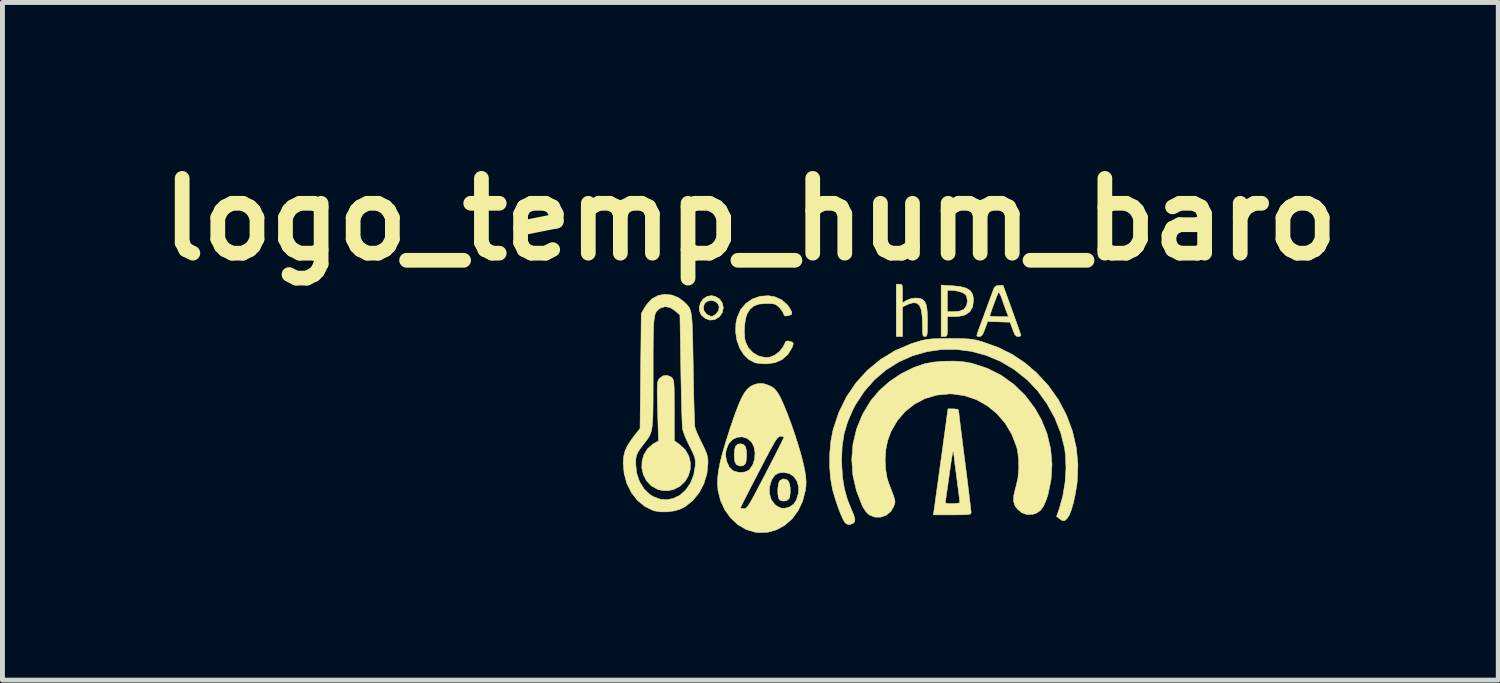
<source format=kicad_pcb>
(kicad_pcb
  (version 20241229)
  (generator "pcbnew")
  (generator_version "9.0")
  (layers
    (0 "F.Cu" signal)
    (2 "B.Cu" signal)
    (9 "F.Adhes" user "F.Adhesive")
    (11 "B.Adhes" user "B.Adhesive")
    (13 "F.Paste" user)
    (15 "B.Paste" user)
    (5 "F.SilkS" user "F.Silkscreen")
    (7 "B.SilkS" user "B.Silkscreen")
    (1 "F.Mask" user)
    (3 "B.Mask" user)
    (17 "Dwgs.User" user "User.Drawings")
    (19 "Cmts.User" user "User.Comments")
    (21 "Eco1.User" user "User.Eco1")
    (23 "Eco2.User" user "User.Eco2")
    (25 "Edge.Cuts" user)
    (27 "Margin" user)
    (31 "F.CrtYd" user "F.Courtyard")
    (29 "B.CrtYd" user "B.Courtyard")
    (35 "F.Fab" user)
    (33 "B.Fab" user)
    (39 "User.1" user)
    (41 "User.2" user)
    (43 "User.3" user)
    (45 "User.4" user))
  (footprint "logo_temp_hum_baro"
    (layer "F.Cu")
    (at 14.268 5.228)
    (property "Reference" "logo_temp_hum_baro" (at -2.032 -3.81 0) (layer "F.SilkS") (effects (font (size 1.524 1.524) (thickness 0.3))))
    (attr through_hole)
    (fp_poly (pts (xy -2.172 0.776) (xy -2.132 0.822) (xy -2.112 0.906) (xy -2.108 0.991) (xy -2.113 1.076) (xy -2.126 1.147) (xy -2.134 1.17) (xy -2.181 1.209) (xy -2.246 1.216) (xy -2.31 1.19) (xy -2.322 1.179) (xy -2.352 1.117) (xy -2.362 1.007) (xy -2.362 1) (xy -2.355 0.883) (xy -2.332 0.809) (xy -2.289 0.771) (xy -2.235 0.762) (xy -2.172 0.776)) (stroke (width 0.01) (type solid)) (fill yes) (layer "F.SilkS"))
    (fp_poly (pts (xy -1.299 1.489) (xy -1.261 1.52) (xy -1.235 1.576) (xy -1.221 1.662) (xy -1.22 1.757) (xy -1.231 1.843) (xy -1.245 1.881) (xy -1.29 1.918) (xy -1.357 1.93) (xy -1.421 1.915) (xy -1.443 1.9) (xy -1.463 1.853) (xy -1.473 1.774) (xy -1.473 1.681) (xy -1.463 1.594) (xy -1.444 1.53) (xy -1.433 1.513) (xy -1.368 1.477) (xy -1.299 1.489)) (stroke (width 0.01) (type solid)) (fill yes) (layer "F.SilkS"))
    (fp_poly (pts (xy -2.752 -2.242) (xy -2.662 -2.189) (xy -2.605 -2.108) (xy -2.584 -2.012) (xy -2.601 -1.915) (xy -2.659 -1.829) (xy -2.665 -1.823) (xy -2.76 -1.766) (xy -2.86 -1.758) (xy -2.952 -1.792) (xy -3.03 -1.857) (xy -3.068 -1.939) (xy -3.072 -2.02) (xy -2.989 -2.02) (xy -2.978 -1.948) (xy -2.93 -1.884) (xy -2.895 -1.861) (xy -2.84 -1.836) (xy -2.803 -1.835) (xy -2.759 -1.862) (xy -2.734 -1.881) (xy -2.68 -1.949) (xy -2.668 -2.024) (xy -2.694 -2.092) (xy -2.753 -2.141) (xy -2.835 -2.159) (xy -2.916 -2.139) (xy -2.968 -2.089) (xy -2.989 -2.02) (xy -3.072 -2.02) (xy -3.072 -2.028) (xy -3.046 -2.114) (xy -2.994 -2.187) (xy -2.92 -2.237) (xy -2.829 -2.256) (xy -2.752 -2.242)) (stroke (width 0.01) (type solid)) (fill yes) (layer "F.SilkS"))
    (fp_poly (pts (xy 2.078 -2.458) (xy 2.244 -2.441) (xy 2.365 -2.408) (xy 2.447 -2.357) (xy 2.495 -2.283) (xy 2.513 -2.184) (xy 2.513 -2.159) (xy 2.495 -2.027) (xy 2.439 -1.928) (xy 2.346 -1.864) (xy 2.214 -1.833) (xy 2.14 -1.829) (xy 1.981 -1.829) (xy 1.981 -1.626) (xy 1.981 -1.525) (xy 1.976 -1.464) (xy 1.965 -1.434) (xy 1.944 -1.424) (xy 1.918 -1.422) (xy 1.854 -1.422) (xy 1.854 -1.93) (xy 1.981 -1.93) (xy 2.117 -1.93) (xy 2.223 -1.939) (xy 2.298 -1.968) (xy 2.321 -1.983) (xy 2.372 -2.053) (xy 2.39 -2.144) (xy 2.372 -2.24) (xy 2.362 -2.261) (xy 2.316 -2.303) (xy 2.235 -2.336) (xy 2.133 -2.358) (xy 2.064 -2.362) (xy 1.981 -2.362) (xy 1.981 -1.93) (xy 1.854 -1.93) (xy 1.854 -2.471) (xy 2.078 -2.458)) (stroke (width 0.01) (type solid)) (fill yes) (layer "F.SilkS"))
    (fp_poly (pts (xy 1.036 -2.487) (xy 1.055 -2.473) (xy 1.064 -2.436) (xy 1.067 -2.365) (xy 1.067 -2.299) (xy 1.067 -2.109) (xy 1.149 -2.159) (xy 1.235 -2.194) (xy 1.333 -2.208) (xy 1.422 -2.2) (xy 1.475 -2.177) (xy 1.516 -2.138) (xy 1.544 -2.085) (xy 1.562 -2.011) (xy 1.571 -1.907) (xy 1.575 -1.762) (xy 1.575 -1.729) (xy 1.574 -1.6) (xy 1.572 -1.513) (xy 1.566 -1.46) (xy 1.556 -1.433) (xy 1.539 -1.424) (xy 1.524 -1.422) (xy 1.5 -1.426) (xy 1.485 -1.444) (xy 1.477 -1.485) (xy 1.474 -1.558) (xy 1.473 -1.658) (xy 1.467 -1.836) (xy 1.448 -1.968) (xy 1.412 -2.056) (xy 1.359 -2.103) (xy 1.286 -2.111) (xy 1.19 -2.084) (xy 1.153 -2.067) (xy 1.067 -2.026) (xy 1.067 -1.422) (xy 0.94 -1.422) (xy 0.94 -2.489) (xy 1.003 -2.489) (xy 1.036 -2.487)) (stroke (width 0.01) (type solid)) (fill yes) (layer "F.SilkS"))
    (fp_poly (pts (xy -3.651 -0.601) (xy -3.632 -0.584) (xy -3.616 -0.566) (xy -3.604 -0.542) (xy -3.595 -0.506) (xy -3.589 -0.452) (xy -3.585 -0.373) (xy -3.583 -0.263) (xy -3.582 -0.116) (xy -3.581 0.076) (xy -3.581 0.084) (xy -3.581 0.701) (xy -3.471 0.779) (xy -3.358 0.885) (xy -3.287 1.01) (xy -3.254 1.145) (xy -3.257 1.282) (xy -3.295 1.414) (xy -3.365 1.531) (xy -3.466 1.627) (xy -3.594 1.693) (xy -3.716 1.718) (xy -3.813 1.715) (xy -3.909 1.695) (xy -3.92 1.692) (xy -4.051 1.619) (xy -4.148 1.516) (xy -4.212 1.392) (xy -4.243 1.256) (xy -4.239 1.116) (xy -4.2 0.982) (xy -4.125 0.862) (xy -4.015 0.766) (xy -3.977 0.744) (xy -3.904 0.706) (xy -3.921 0.103) (xy -3.926 -0.088) (xy -3.929 -0.234) (xy -3.93 -0.343) (xy -3.928 -0.422) (xy -3.924 -0.476) (xy -3.916 -0.514) (xy -3.904 -0.54) (xy -3.888 -0.563) (xy -3.885 -0.568) (xy -3.814 -0.622) (xy -3.731 -0.633) (xy -3.651 -0.601)) (stroke (width 0.01) (type solid)) (fill yes) (layer "F.SilkS"))
    (fp_poly (pts (xy 3.298 -1.962) (xy 3.352 -1.811) (xy 3.4 -1.677) (xy 3.439 -1.567) (xy 3.466 -1.487) (xy 3.479 -1.445) (xy 3.48 -1.441) (xy 3.458 -1.427) (xy 3.421 -1.422) (xy 3.385 -1.431) (xy 3.355 -1.463) (xy 3.325 -1.53) (xy 3.311 -1.568) (xy 3.258 -1.714) (xy 2.801 -1.729) (xy 2.746 -1.576) (xy 2.712 -1.49) (xy 2.683 -1.444) (xy 2.652 -1.425) (xy 2.629 -1.422) (xy 2.591 -1.425) (xy 2.58 -1.443) (xy 2.592 -1.489) (xy 2.602 -1.518) (xy 2.626 -1.584) (xy 2.662 -1.682) (xy 2.706 -1.801) (xy 2.72 -1.839) (xy 2.845 -1.839) (xy 2.868 -1.834) (xy 2.93 -1.831) (xy 3.017 -1.829) (xy 3.035 -1.829) (xy 3.225 -1.829) (xy 3.178 -1.949) (xy 3.141 -2.049) (xy 3.102 -2.16) (xy 3.087 -2.206) (xy 3.06 -2.275) (xy 3.035 -2.316) (xy 3.022 -2.32) (xy 3.007 -2.291) (xy 2.981 -2.226) (xy 2.948 -2.14) (xy 2.913 -2.045) (xy 2.881 -1.956) (xy 2.857 -1.884) (xy 2.845 -1.843) (xy 2.845 -1.839) (xy 2.72 -1.839) (xy 2.754 -1.932) (xy 2.803 -2.065) (xy 2.849 -2.189) (xy 2.888 -2.296) (xy 2.918 -2.376) (xy 2.934 -2.418) (xy 2.934 -2.419) (xy 2.975 -2.455) (xy 3.034 -2.464) (xy 3.116 -2.464) (xy 3.298 -1.962)) (stroke (width 0.01) (type solid)) (fill yes) (layer "F.SilkS"))
    (fp_poly (pts (xy -1.537 -2.233) (xy -1.396 -2.17) (xy -1.281 -2.072) (xy -1.219 -1.981) (xy -1.189 -1.915) (xy -1.189 -1.879) (xy -1.227 -1.858) (xy -1.274 -1.845) (xy -1.325 -1.841) (xy -1.35 -1.869) (xy -1.355 -1.887) (xy -1.383 -1.941) (xy -1.432 -2.004) (xy -1.449 -2.02) (xy -1.495 -2.06) (xy -1.539 -2.083) (xy -1.599 -2.093) (xy -1.691 -2.095) (xy -1.71 -2.095) (xy -1.854 -2.084) (xy -1.961 -2.046) (xy -2.042 -1.977) (xy -2.098 -1.886) (xy -2.13 -1.788) (xy -2.149 -1.659) (xy -2.155 -1.519) (xy -2.147 -1.389) (xy -2.134 -1.322) (xy -2.076 -1.197) (xy -1.984 -1.097) (xy -1.867 -1.027) (xy -1.736 -0.996) (xy -1.64 -1.001) (xy -1.538 -1.042) (xy -1.441 -1.116) (xy -1.366 -1.209) (xy -1.342 -1.258) (xy -1.316 -1.315) (xy -1.286 -1.334) (xy -1.246 -1.329) (xy -1.182 -1.31) (xy -1.158 -1.284) (xy -1.168 -1.236) (xy -1.183 -1.199) (xy -1.267 -1.058) (xy -1.385 -0.954) (xy -1.532 -0.889) (xy -1.703 -0.866) (xy -1.714 -0.866) (xy -1.811 -0.871) (xy -1.897 -0.881) (xy -1.938 -0.889) (xy -2.062 -0.952) (xy -2.167 -1.054) (xy -2.25 -1.187) (xy -2.306 -1.343) (xy -2.333 -1.513) (xy -2.327 -1.689) (xy -2.301 -1.812) (xy -2.231 -1.969) (xy -2.125 -2.096) (xy -1.99 -2.188) (xy -1.835 -2.243) (xy -1.666 -2.254) (xy -1.537 -2.233)) (stroke (width 0.01) (type solid)) (fill yes) (layer "F.SilkS"))
    (fp_poly (pts (xy 2.176 0.057) (xy 2.208 0.077) (xy 2.21 0.087) (xy 2.213 0.119) (xy 2.222 0.196) (xy 2.236 0.313) (xy 2.254 0.462) (xy 2.277 0.64) (xy 2.302 0.84) (xy 2.329 1.056) (xy 2.337 1.115) (xy 2.365 1.336) (xy 2.391 1.542) (xy 2.414 1.728) (xy 2.433 1.888) (xy 2.449 2.016) (xy 2.459 2.107) (xy 2.464 2.154) (xy 2.464 2.159) (xy 2.461 2.178) (xy 2.449 2.192) (xy 2.42 2.201) (xy 2.365 2.206) (xy 2.278 2.209) (xy 2.151 2.21) (xy 2.079 2.21) (xy 1.695 2.21) (xy 1.708 2.127) (xy 1.714 2.084) (xy 1.726 1.997) (xy 1.733 1.95) (xy 1.939 1.95) (xy 1.95 1.971) (xy 1.986 1.979) (xy 2.06 1.981) (xy 2.083 1.981) (xy 2.164 1.978) (xy 2.219 1.969) (xy 2.235 1.96) (xy 2.232 1.929) (xy 2.223 1.856) (xy 2.21 1.749) (xy 2.192 1.616) (xy 2.173 1.466) (xy 2.172 1.458) (xy 2.152 1.306) (xy 2.134 1.17) (xy 2.121 1.058) (xy 2.112 0.979) (xy 2.108 0.942) (xy 2.108 0.942) (xy 2.101 0.917) (xy 2.095 0.919) (xy 2.088 0.947) (xy 2.075 1.018) (xy 2.058 1.122) (xy 2.039 1.252) (xy 2.02 1.387) (xy 1.999 1.538) (xy 1.979 1.676) (xy 1.963 1.791) (xy 1.951 1.874) (xy 1.945 1.911) (xy 1.939 1.95) (xy 1.733 1.95) (xy 1.743 1.871) (xy 1.765 1.713) (xy 1.791 1.528) (xy 1.819 1.323) (xy 1.849 1.103) (xy 1.857 1.048) (xy 1.993 0.051) (xy 2.102 0.051) (xy 2.176 0.057)) (stroke (width 0.01) (type solid)) (fill yes) (layer "F.SilkS"))
    (fp_poly (pts (xy 2.312 -0.908) (xy 2.473 -0.88) (xy 2.788 -0.778) (xy 3.077 -0.633) (xy 3.337 -0.446) (xy 3.568 -0.22) (xy 3.767 0.045) (xy 3.895 0.271) (xy 4.012 0.56) (xy 4.084 0.866) (xy 4.112 1.18) (xy 4.093 1.495) (xy 4.029 1.802) (xy 4 1.892) (xy 3.942 2.029) (xy 3.874 2.122) (xy 3.791 2.178) (xy 3.721 2.199) (xy 3.602 2.204) (xy 3.5 2.167) (xy 3.412 2.097) (xy 3.356 2.021) (xy 3.329 1.933) (xy 3.332 1.822) (xy 3.364 1.681) (xy 3.381 1.626) (xy 3.418 1.461) (xy 3.435 1.27) (xy 3.432 1.075) (xy 3.409 0.896) (xy 3.392 0.827) (xy 3.294 0.572) (xy 3.159 0.345) (xy 2.99 0.149) (xy 2.794 -0.012) (xy 2.574 -0.136) (xy 2.334 -0.217) (xy 2.081 -0.253) (xy 2.019 -0.254) (xy 1.766 -0.23) (xy 1.529 -0.16) (xy 1.312 -0.047) (xy 1.121 0.104) (xy 0.961 0.291) (xy 0.834 0.51) (xy 0.764 0.698) (xy 0.727 0.878) (xy 0.713 1.076) (xy 0.722 1.276) (xy 0.753 1.459) (xy 0.781 1.549) (xy 0.835 1.69) (xy 0.874 1.792) (xy 0.898 1.864) (xy 0.911 1.913) (xy 0.914 1.949) (xy 0.908 1.98) (xy 0.896 2.015) (xy 0.889 2.037) (xy 0.827 2.144) (xy 0.734 2.218) (xy 0.623 2.257) (xy 0.503 2.256) (xy 0.392 2.213) (xy 0.327 2.152) (xy 0.264 2.057) (xy 0.247 2.024) (xy 0.127 1.714) (xy 0.055 1.399) (xy 0.033 1.082) (xy 0.058 0.768) (xy 0.131 0.461) (xy 0.251 0.166) (xy 0.419 -0.114) (xy 0.422 -0.118) (xy 0.595 -0.323) (xy 0.806 -0.509) (xy 1.045 -0.668) (xy 1.3 -0.794) (xy 1.515 -0.867) (xy 1.692 -0.901) (xy 1.897 -0.919) (xy 2.11 -0.922) (xy 2.312 -0.908)) (stroke (width 0.01) (type solid)) (fill yes) (layer "F.SilkS"))
    (fp_poly (pts (xy 2.045 -1.383) (xy 2.209 -1.382) (xy 2.333 -1.378) (xy 2.43 -1.372) (xy 2.512 -1.361) (xy 2.589 -1.345) (xy 2.674 -1.321) (xy 2.705 -1.312) (xy 3.022 -1.198) (xy 3.304 -1.058) (xy 3.564 -0.883) (xy 3.791 -0.69) (xy 4.035 -0.427) (xy 4.241 -0.137) (xy 4.406 0.176) (xy 4.529 0.506) (xy 4.608 0.847) (xy 4.64 1.195) (xy 4.625 1.543) (xy 4.617 1.604) (xy 4.584 1.799) (xy 4.546 1.972) (xy 4.503 2.117) (xy 4.459 2.225) (xy 4.418 2.287) (xy 4.369 2.328) (xy 4.327 2.33) (xy 4.272 2.295) (xy 4.264 2.289) (xy 4.205 2.241) (xy 4.262 2.079) (xy 4.333 1.823) (xy 4.379 1.543) (xy 4.397 1.258) (xy 4.386 0.985) (xy 4.368 0.849) (xy 4.29 0.54) (xy 4.169 0.236) (xy 4.01 -0.053) (xy 3.82 -0.316) (xy 3.613 -0.535) (xy 3.346 -0.748) (xy 3.064 -0.916) (xy 2.769 -1.04) (xy 2.467 -1.121) (xy 2.162 -1.16) (xy 1.857 -1.157) (xy 1.558 -1.113) (xy 1.268 -1.029) (xy 0.992 -0.906) (xy 0.733 -0.743) (xy 0.497 -0.543) (xy 0.287 -0.304) (xy 0.107 -0.03) (xy 0.058 0.064) (xy -0.049 0.309) (xy -0.122 0.552) (xy -0.162 0.807) (xy -0.174 1.088) (xy -0.171 1.199) (xy -0.153 1.459) (xy -0.115 1.687) (xy -0.055 1.899) (xy 0.027 2.102) (xy 0.074 2.215) (xy 0.096 2.292) (xy 0.094 2.344) (xy 0.068 2.377) (xy 0.052 2.387) (xy -0.023 2.411) (xy -0.083 2.39) (xy -0.113 2.356) (xy -0.152 2.286) (xy -0.199 2.178) (xy -0.249 2.046) (xy -0.298 1.902) (xy -0.341 1.757) (xy -0.361 1.682) (xy -0.4 1.462) (xy -0.418 1.214) (xy -0.415 0.956) (xy -0.392 0.705) (xy -0.348 0.478) (xy -0.346 0.47) (xy -0.23 0.123) (xy -0.074 -0.195) (xy 0.122 -0.482) (xy 0.353 -0.736) (xy 0.619 -0.955) (xy 0.916 -1.136) (xy 1.243 -1.276) (xy 1.435 -1.336) (xy 1.517 -1.355) (xy 1.604 -1.369) (xy 1.707 -1.377) (xy 1.838 -1.382) (xy 2.006 -1.383) (xy 2.045 -1.383)) (stroke (width 0.01) (type solid)) (fill yes) (layer "F.SilkS"))
    (fp_poly (pts (xy -3.631 -2.268) (xy -3.494 -2.213) (xy -3.381 -2.128) (xy -3.343 -2.091) (xy -3.311 -2.057) (xy -3.285 -2.022) (xy -3.263 -1.981) (xy -3.247 -1.928) (xy -3.234 -1.86) (xy -3.224 -1.771) (xy -3.216 -1.657) (xy -3.211 -1.512) (xy -3.206 -1.332) (xy -3.202 -1.112) (xy -3.197 -0.848) (xy -3.196 -0.775) (xy -3.192 -0.539) (xy -3.187 -0.316) (xy -3.183 -0.112) (xy -3.178 0.066) (xy -3.173 0.215) (xy -3.169 0.327) (xy -3.165 0.398) (xy -3.163 0.419) (xy -3.146 0.473) (xy -3.111 0.559) (xy -3.063 0.663) (xy -3.022 0.745) (xy -2.965 0.862) (xy -2.928 0.949) (xy -2.907 1.019) (xy -2.897 1.087) (xy -2.896 1.156) (xy -2.917 1.37) (xy -2.979 1.573) (xy -3.075 1.758) (xy -3.202 1.915) (xy -3.355 2.038) (xy -3.451 2.089) (xy -3.576 2.128) (xy -3.723 2.148) (xy -3.87 2.148) (xy -3.995 2.127) (xy -4.003 2.125) (xy -4.178 2.041) (xy -4.33 1.918) (xy -4.454 1.76) (xy -4.547 1.574) (xy -4.604 1.367) (xy -4.622 1.165) (xy -4.369 1.165) (xy -4.369 1.166) (xy -4.349 1.357) (xy -4.291 1.532) (xy -4.199 1.68) (xy -4.079 1.796) (xy -4.004 1.841) (xy -3.863 1.893) (xy -3.727 1.901) (xy -3.603 1.876) (xy -3.466 1.809) (xy -3.347 1.702) (xy -3.252 1.562) (xy -3.187 1.398) (xy -3.157 1.225) (xy -3.153 1.147) (xy -3.156 1.086) (xy -3.17 1.027) (xy -3.198 0.958) (xy -3.244 0.863) (xy -3.273 0.807) (xy -3.328 0.694) (xy -3.374 0.584) (xy -3.406 0.494) (xy -3.416 0.452) (xy -3.419 0.404) (xy -3.423 0.31) (xy -3.428 0.178) (xy -3.433 0.013) (xy -3.438 -0.18) (xy -3.442 -0.394) (xy -3.447 -0.623) (xy -3.449 -0.758) (xy -3.467 -1.858) (xy -3.562 -1.945) (xy -3.664 -2.013) (xy -3.766 -2.032) (xy -3.864 -2.003) (xy -3.883 -1.991) (xy -3.913 -1.968) (xy -3.938 -1.943) (xy -3.958 -1.911) (xy -3.975 -1.868) (xy -3.987 -1.808) (xy -3.997 -1.728) (xy -4.004 -1.622) (xy -4.008 -1.487) (xy -4.011 -1.317) (xy -4.013 -1.109) (xy -4.013 -0.857) (xy -4.013 -0.673) (xy -4.013 -0.397) (xy -4.014 -0.166) (xy -4.015 0.024) (xy -4.018 0.178) (xy -4.024 0.302) (xy -4.032 0.4) (xy -4.044 0.478) (xy -4.061 0.541) (xy -4.083 0.594) (xy -4.11 0.641) (xy -4.144 0.689) (xy -4.185 0.741) (xy -4.201 0.762) (xy -4.277 0.862) (xy -4.326 0.939) (xy -4.354 1.005) (xy -4.366 1.076) (xy -4.369 1.165) (xy -4.622 1.165) (xy -4.622 1.159) (xy -4.614 1.025) (xy -4.586 0.908) (xy -4.532 0.793) (xy -4.447 0.665) (xy -4.401 0.605) (xy -4.28 0.451) (xy -4.255 -1.892) (xy -4.191 -2.004) (xy -4.131 -2.09) (xy -4.058 -2.171) (xy -4.033 -2.192) (xy -3.912 -2.259) (xy -3.775 -2.284) (xy -3.631 -2.268)) (stroke (width 0.01) (type solid)) (fill yes) (layer "F.SilkS"))
    (fp_poly (pts (xy -1.746 -0.458) (xy -1.701 -0.444) (xy -1.606 -0.405) (xy -1.542 -0.36) (xy -1.486 -0.293) (xy -1.461 -0.254) (xy -1.407 -0.154) (xy -1.345 -0.014) (xy -1.276 0.156) (xy -1.205 0.346) (xy -1.135 0.548) (xy -1.069 0.752) (xy -1.011 0.948) (xy -0.963 1.127) (xy -0.929 1.278) (xy -0.924 1.307) (xy -0.904 1.438) (xy -0.897 1.543) (xy -0.902 1.641) (xy -0.912 1.714) (xy -0.968 1.933) (xy -1.06 2.126) (xy -1.181 2.289) (xy -1.328 2.42) (xy -1.496 2.513) (xy -1.679 2.565) (xy -1.874 2.571) (xy -1.932 2.564) (xy -2.116 2.51) (xy -2.284 2.412) (xy -2.431 2.277) (xy -2.552 2.111) (xy -2.571 2.069) (xy -2.235 2.069) (xy -2.213 2.079) (xy -2.164 2.083) (xy -2.143 2.081) (xy -2.122 2.072) (xy -2.099 2.051) (xy -2.071 2.014) (xy -2.035 1.956) (xy -1.987 1.873) (xy -1.936 1.778) (xy -1.643 1.778) (xy -1.608 1.899) (xy -1.537 1.996) (xy -1.501 2.025) (xy -1.42 2.069) (xy -1.346 2.079) (xy -1.259 2.057) (xy -1.23 2.046) (xy -1.154 1.995) (xy -1.097 1.911) (xy -1.092 1.9) (xy -1.052 1.766) (xy -1.05 1.638) (xy -1.083 1.523) (xy -1.146 1.431) (xy -1.236 1.369) (xy -1.349 1.346) (xy -1.351 1.346) (xy -1.458 1.358) (xy -1.533 1.401) (xy -1.59 1.483) (xy -1.602 1.507) (xy -1.642 1.643) (xy -1.643 1.778) (xy -1.936 1.778) (xy -1.926 1.76) (xy -1.849 1.612) (xy -1.751 1.425) (xy -1.719 1.362) (xy -1.628 1.186) (xy -1.545 1.025) (xy -1.473 0.883) (xy -1.415 0.767) (xy -1.373 0.683) (xy -1.35 0.634) (xy -1.346 0.625) (xy -1.368 0.614) (xy -1.416 0.61) (xy -1.437 0.612) (xy -1.457 0.622) (xy -1.481 0.645) (xy -1.51 0.684) (xy -1.547 0.744) (xy -1.596 0.831) (xy -1.659 0.948) (xy -1.739 1.1) (xy -1.839 1.292) (xy -1.861 1.333) (xy -1.952 1.509) (xy -2.035 1.67) (xy -2.107 1.811) (xy -2.166 1.927) (xy -2.208 2.012) (xy -2.232 2.06) (xy -2.235 2.069) (xy -2.571 2.069) (xy -2.64 1.92) (xy -2.691 1.715) (xy -2.701 1.594) (xy -2.699 1.465) (xy -2.683 1.321) (xy -2.651 1.155) (xy -2.613 1) (xy -2.537 1) (xy -2.516 1.116) (xy -2.512 1.127) (xy -2.461 1.241) (xy -2.38 1.314) (xy -2.27 1.345) (xy -2.235 1.346) (xy -2.142 1.337) (xy -2.075 1.306) (xy -2.05 1.286) (xy -1.984 1.192) (xy -1.946 1.073) (xy -1.937 0.943) (xy -1.96 0.819) (xy -2.009 0.726) (xy -2.095 0.653) (xy -2.196 0.621) (xy -2.3 0.629) (xy -2.396 0.676) (xy -2.472 0.759) (xy -2.489 0.793) (xy -2.528 0.901) (xy -2.537 1) (xy -2.613 1) (xy -2.603 0.963) (xy -2.538 0.738) (xy -2.454 0.474) (xy -2.424 0.385) (xy -2.347 0.162) (xy -2.279 -0.017) (xy -2.218 -0.158) (xy -2.16 -0.265) (xy -2.102 -0.343) (xy -2.041 -0.398) (xy -1.974 -0.435) (xy -1.915 -0.455) (xy -1.827 -0.47) (xy -1.746 -0.458)) (stroke (width 0.01) (type solid)) (fill yes) (layer "F.SilkS")))
  (gr_rect
    (start -3 -3)
    (end 27.471 10.804)
    (stroke (width 0.1) (type default))
    (fill no)
    (layer "Edge.Cuts")))
</source>
